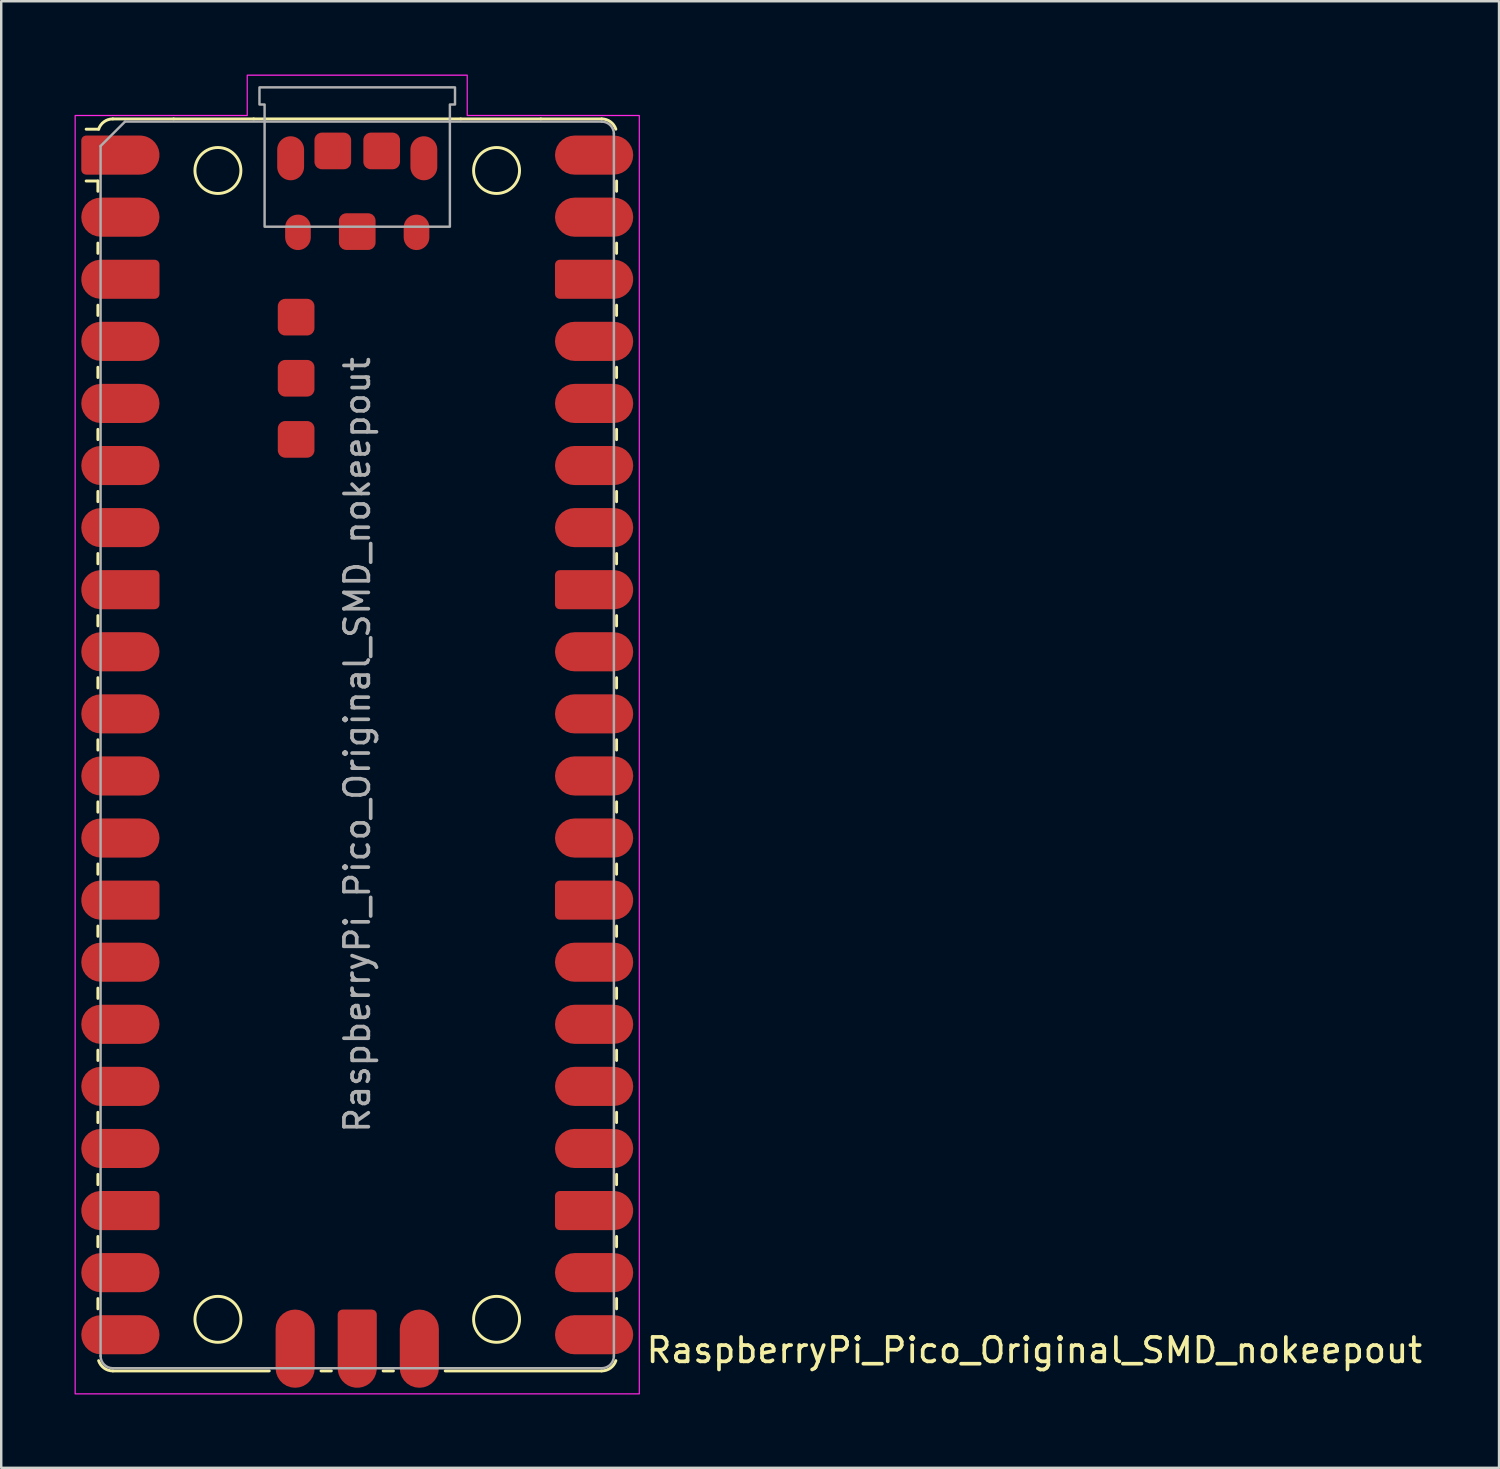
<source format=kicad_pcb>
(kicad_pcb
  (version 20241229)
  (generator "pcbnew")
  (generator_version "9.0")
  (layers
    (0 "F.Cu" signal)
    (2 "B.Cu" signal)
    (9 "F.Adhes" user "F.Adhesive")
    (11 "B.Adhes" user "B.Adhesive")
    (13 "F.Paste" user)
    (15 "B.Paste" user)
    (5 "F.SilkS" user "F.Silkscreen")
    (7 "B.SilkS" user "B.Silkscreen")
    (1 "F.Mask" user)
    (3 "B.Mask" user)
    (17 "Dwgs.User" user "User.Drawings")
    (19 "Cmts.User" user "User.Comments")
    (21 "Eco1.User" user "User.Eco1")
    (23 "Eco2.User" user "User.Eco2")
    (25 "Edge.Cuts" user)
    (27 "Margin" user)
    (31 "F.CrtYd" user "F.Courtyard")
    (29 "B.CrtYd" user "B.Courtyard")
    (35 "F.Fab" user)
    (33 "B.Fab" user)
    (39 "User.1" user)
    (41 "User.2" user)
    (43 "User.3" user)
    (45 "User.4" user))
  (footprint "RaspberryPi_Pico_Original_SMD_nokeepout"
    (layer "F.Cu")
    (at 11.565 27.425)
    (property "Reference" "RaspberryPi_Pico_Original_SMD_nokeepout" (at 11.748 24.765 0) (unlocked yes) (layer "F.SilkS") (effects (font (size 1 1) (thickness 0.15)) (justify left)))
    (attr smd)
    (fp_line (start -10.61 -23.07) (end -11.09 -23.07) (stroke (width 0.12) (type solid)) (layer "F.SilkS"))
    (fp_line (start -10.61 -23.07) (end -10.61 -22.65) (stroke (width 0.12) (type solid)) (layer "F.SilkS"))
    (fp_line (start -10.61 -20.53) (end -10.61 -20.11) (stroke (width 0.12) (type solid)) (layer "F.SilkS"))
    (fp_line (start -10.61 -17.99) (end -10.61 -17.57) (stroke (width 0.12) (type solid)) (layer "F.SilkS"))
    (fp_line (start -10.61 -15.45) (end -10.61 -15.03) (stroke (width 0.12) (type solid)) (layer "F.SilkS"))
    (fp_line (start -10.61 -12.91) (end -10.61 -12.49) (stroke (width 0.12) (type solid)) (layer "F.SilkS"))
    (fp_line (start -10.61 -10.37) (end -10.61 -9.95) (stroke (width 0.12) (type solid)) (layer "F.SilkS"))
    (fp_line (start -10.61 -7.83) (end -10.61 -7.41) (stroke (width 0.12) (type solid)) (layer "F.SilkS"))
    (fp_line (start -10.61 -5.29) (end -10.61 -4.87) (stroke (width 0.12) (type solid)) (layer "F.SilkS"))
    (fp_line (start -10.61 -2.75) (end -10.61 -2.33) (stroke (width 0.12) (type solid)) (layer "F.SilkS"))
    (fp_line (start -10.61 -0.21) (end -10.61 0.21) (stroke (width 0.12) (type solid)) (layer "F.SilkS"))
    (fp_line (start -10.61 2.33) (end -10.61 2.75) (stroke (width 0.12) (type solid)) (layer "F.SilkS"))
    (fp_line (start -10.61 4.87) (end -10.61 5.29) (stroke (width 0.12) (type solid)) (layer "F.SilkS"))
    (fp_line (start -10.61 7.41) (end -10.61 7.83) (stroke (width 0.12) (type solid)) (layer "F.SilkS"))
    (fp_line (start -10.61 9.95) (end -10.61 10.37) (stroke (width 0.12) (type solid)) (layer "F.SilkS"))
    (fp_line (start -10.61 12.49) (end -10.61 12.91) (stroke (width 0.12) (type solid)) (layer "F.SilkS"))
    (fp_line (start -10.61 15.03) (end -10.61 15.45) (stroke (width 0.12) (type solid)) (layer "F.SilkS"))
    (fp_line (start -10.61 17.57) (end -10.61 17.99) (stroke (width 0.12) (type solid)) (layer "F.SilkS"))
    (fp_line (start -10.61 20.11) (end -10.61 20.53) (stroke (width 0.12) (type solid)) (layer "F.SilkS"))
    (fp_line (start -10.61 22.65) (end -10.61 23.07) (stroke (width 0.12) (type solid)) (layer "F.SilkS"))
    (fp_line (start -10.58 -25.19) (end -11.09 -25.19) (stroke (width 0.12) (type solid)) (layer "F.SilkS"))
    (fp_line (start -10 -25.61) (end -7.51 -25.61) (stroke (width 0.12) (type solid)) (layer "F.SilkS"))
    (fp_line (start -10 25.61) (end -3.6 25.61) (stroke (width 0.12) (type solid)) (layer "F.SilkS"))
    (fp_line (start -7.51 -25.61) (end -4.235 -25.61) (stroke (width 0.12) (type solid)) (layer "F.SilkS"))
    (fp_line (start -4.235 -25.61) (end 4.235 -25.61) (stroke (width 0.12) (type solid)) (layer "F.SilkS"))
    (fp_line (start -1.48 25.61) (end -1.06 25.61) (stroke (width 0.12) (type solid)) (layer "F.SilkS"))
    (fp_line (start 1.06 25.61) (end 1.48 25.61) (stroke (width 0.12) (type solid)) (layer "F.SilkS"))
    (fp_line (start 3.6 25.61) (end 10 25.61) (stroke (width 0.12) (type solid)) (layer "F.SilkS"))
    (fp_line (start 4.235 -25.61) (end 7.51 -25.61) (stroke (width 0.12) (type solid)) (layer "F.SilkS"))
    (fp_line (start 10 -25.61) (end 7.51 -25.61) (stroke (width 0.12) (type solid)) (layer "F.SilkS"))
    (fp_line (start 10.61 -23.07) (end 10.61 -22.65) (stroke (width 0.12) (type solid)) (layer "F.SilkS"))
    (fp_line (start 10.61 -20.53) (end 10.61 -20.11) (stroke (width 0.12) (type solid)) (layer "F.SilkS"))
    (fp_line (start 10.61 -17.99) (end 10.61 -17.57) (stroke (width 0.12) (type solid)) (layer "F.SilkS"))
    (fp_line (start 10.61 -15.45) (end 10.61 -15.03) (stroke (width 0.12) (type solid)) (layer "F.SilkS"))
    (fp_line (start 10.61 -12.91) (end 10.61 -12.49) (stroke (width 0.12) (type solid)) (layer "F.SilkS"))
    (fp_line (start 10.61 -10.37) (end 10.61 -9.95) (stroke (width 0.12) (type solid)) (layer "F.SilkS"))
    (fp_line (start 10.61 -7.83) (end 10.61 -7.41) (stroke (width 0.12) (type solid)) (layer "F.SilkS"))
    (fp_line (start 10.61 -5.29) (end 10.61 -4.87) (stroke (width 0.12) (type solid)) (layer "F.SilkS"))
    (fp_line (start 10.61 -2.75) (end 10.61 -2.33) (stroke (width 0.12) (type solid)) (layer "F.SilkS"))
    (fp_line (start 10.61 -0.21) (end 10.61 0.21) (stroke (width 0.12) (type solid)) (layer "F.SilkS"))
    (fp_line (start 10.61 2.33) (end 10.61 2.75) (stroke (width 0.12) (type solid)) (layer "F.SilkS"))
    (fp_line (start 10.61 4.87) (end 10.61 5.29) (stroke (width 0.12) (type solid)) (layer "F.SilkS"))
    (fp_line (start 10.61 7.41) (end 10.61 7.83) (stroke (width 0.12) (type solid)) (layer "F.SilkS"))
    (fp_line (start 10.61 9.95) (end 10.61 10.37) (stroke (width 0.12) (type solid)) (layer "F.SilkS"))
    (fp_line (start 10.61 12.49) (end 10.61 12.91) (stroke (width 0.12) (type solid)) (layer "F.SilkS"))
    (fp_line (start 10.61 15.03) (end 10.61 15.45) (stroke (width 0.12) (type solid)) (layer "F.SilkS"))
    (fp_line (start 10.61 17.57) (end 10.61 17.99) (stroke (width 0.12) (type solid)) (layer "F.SilkS"))
    (fp_line (start 10.61 20.11) (end 10.61 20.53) (stroke (width 0.12) (type solid)) (layer "F.SilkS"))
    (fp_line (start 10.61 22.65) (end 10.61 23.07) (stroke (width 0.12) (type solid)) (layer "F.SilkS"))
    (fp_arc (start -10.579676 -25.189937) (mid -10.357938 -25.493944) (end -10 -25.61) (stroke (width 0.12) (type solid)) (layer "F.SilkS"))
    (fp_arc (start -10 25.61) (mid -10.357937 25.493943) (end -10.579676 25.189937) (stroke (width 0.12) (type solid)) (layer "F.SilkS"))
    (fp_arc (start 10 -25.61) (mid 10.357937 -25.493944) (end 10.579676 -25.189937) (stroke (width 0.12) (type solid)) (layer "F.SilkS"))
    (fp_arc (start 10.579676 25.189937) (mid 10.357958 25.493991) (end 10 25.61) (stroke (width 0.12) (type solid)) (layer "F.SilkS"))
    (fp_circle (center -5.7 -23.5) (end -4.76 -23.5) (stroke (width 0.12) (type solid)) (fill no) (layer "F.SilkS"))
    (fp_circle (center -5.7 23.5) (end -4.76 23.5) (stroke (width 0.12) (type solid)) (fill no) (layer "F.SilkS"))
    (fp_circle (center 5.7 -23.5) (end 6.64 -23.5) (stroke (width 0.12) (type solid)) (fill no) (layer "F.SilkS"))
    (fp_circle (center 5.7 23.5) (end 6.64 23.5) (stroke (width 0.12) (type solid)) (fill no) (layer "F.SilkS"))
    (fp_poly (pts (xy -4.5 -27.4) (xy 4.5 -27.4) (xy 4.5 -25.75) (xy 11.54 -25.75) (xy 11.54 26.55) (xy -11.54 26.55) (xy -11.54 -25.75) (xy -4.5 -25.75)) (stroke (width 0.05) (type solid)) (fill no) (layer "F.CrtYd"))
    (fp_line (start -10.5 -24.5) (end -9.5 -25.5) (stroke (width 0.1) (type solid)) (layer "F.Fab"))
    (fp_line (start -10.5 25) (end -10.5 -24.5) (stroke (width 0.1) (type solid)) (layer "F.Fab"))
    (fp_line (start -9.5 -25.5) (end 10 -25.5) (stroke (width 0.1) (type solid)) (layer "F.Fab"))
    (fp_line (start 10 25.5) (end -10 25.5) (stroke (width 0.1) (type solid)) (layer "F.Fab"))
    (fp_line (start 10.5 -25) (end 10.5 25) (stroke (width 0.1) (type solid)) (layer "F.Fab"))
    (fp_arc (start -10 25.5) (mid -10.353553 25.353553) (end -10.5 25) (stroke (width 0.1) (type solid)) (layer "F.Fab"))
    (fp_arc (start 10 -25.5) (mid 10.353553 -25.353553) (end 10.5 -25) (stroke (width 0.1) (type solid)) (layer "F.Fab"))
    (fp_arc (start 10.5 25) (mid 10.353553 25.353553) (end 10 25.5) (stroke (width 0.1) (type solid)) (layer "F.Fab"))
    (fp_poly (pts (xy 3.79 -21.2) (xy 3.79 -26.2) (xy 4 -26.2) (xy 4 -26.9) (xy -4 -26.9) (xy -4 -26.2) (xy -3.79 -26.2) (xy -3.79 -21.2)) (stroke (width 0.1) (type solid)) (fill no) (layer "F.Fab"))
    (fp_text user "${REFERENCE}" (at 0 0 90) (layer "F.Fab") (effects (font (size 1 1) (thickness 0.15))))
    (pad "" smd oval (at -2.725 -24) (size 1.1 1.8) (layers "F.Cu" "F.Mask" "F.Paste"))
    (pad "" smd oval (at -2.425 -20.97) (size 1.05 1.45) (layers "F.Cu" "F.Mask" "F.Paste"))
    (pad "" smd oval (at 2.425 -20.97) (size 1.05 1.45) (layers "F.Cu" "F.Mask" "F.Paste"))
    (pad "" smd oval (at 2.725 -24) (size 1.1 1.8) (layers "F.Cu" "F.Mask" "F.Paste"))
    (pad "1" smd custom (at -8.89 -24.13) (size 1.6 1.6) (layers "F.Cu" "F.Mask" "F.Paste") (options (anchor circle)) (primitives (gr_poly (pts (xy -2.4 0.6) (xy -2.4 -0.6) (xy -2.2 -0.8) (xy 0 -0.8) (xy 0 0.8) (xy -2.2 0.8)) (width 0) (fill yes)) (gr_circle (center -2.2 0.6) (end -2 0.6) (width 0) (fill yes)) (gr_circle (center -2.2 -0.6) (end -2 -0.6) (width 0) (fill yes))))
    (pad "2" smd roundrect (at -8.89 -21.59) (size 3.2 1.6) (drill (offset -0.8 0)) (layers "F.Cu" "F.Mask" "F.Paste") (roundrect_rratio 0.5))
    (pad "3" smd custom (at -8.89 -19.05) (size 1.6 1.6) (layers "F.Cu" "F.Mask" "F.Paste") (options (anchor circle)) (primitives (gr_poly (pts (xy 0.8 -0.6) (xy 0.8 0.6) (xy 0.6 0.8) (xy -1.6 0.8) (xy -1.6 -0.8) (xy 0.6 -0.8)) (width 0) (fill yes)) (gr_circle (center 0.6 0.6) (end 0.8 0.6) (width 0) (fill yes)) (gr_circle (center 0.6 -0.6) (end 0.8 -0.6) (width 0) (fill yes)) (gr_circle (center -1.6 0) (end -0.8 0) (width 0) (fill yes))))
    (pad "4" smd roundrect (at -8.89 -16.51) (size 3.2 1.6) (drill (offset -0.8 0)) (layers "F.Cu" "F.Mask" "F.Paste") (roundrect_rratio 0.5))
    (pad "5" smd roundrect (at -8.89 -13.97) (size 3.2 1.6) (drill (offset -0.8 0)) (layers "F.Cu" "F.Mask" "F.Paste") (roundrect_rratio 0.5))
    (pad "6" smd roundrect (at -8.89 -11.43) (size 3.2 1.6) (drill (offset -0.8 0)) (layers "F.Cu" "F.Mask" "F.Paste") (roundrect_rratio 0.5))
    (pad "7" smd roundrect (at -8.89 -8.89) (size 3.2 1.6) (drill (offset -0.8 0)) (layers "F.Cu" "F.Mask" "F.Paste") (roundrect_rratio 0.5))
    (pad "8" smd custom (at -8.89 -6.35) (size 1.6 1.6) (layers "F.Cu" "F.Mask" "F.Paste") (options (anchor circle)) (primitives (gr_poly (pts (xy 0.8 -0.6) (xy 0.8 0.6) (xy 0.6 0.8) (xy -1.6 0.8) (xy -1.6 -0.8) (xy 0.6 -0.8)) (width 0) (fill yes)) (gr_circle (center 0.6 0.6) (end 0.8 0.6) (width 0) (fill yes)) (gr_circle (center 0.6 -0.6) (end 0.8 -0.6) (width 0) (fill yes)) (gr_circle (center -1.6 0) (end -0.8 0) (width 0) (fill yes))))
    (pad "9" smd roundrect (at -8.89 -3.81) (size 3.2 1.6) (drill (offset -0.8 0)) (layers "F.Cu" "F.Mask" "F.Paste") (roundrect_rratio 0.5))
    (pad "10" smd roundrect (at -8.89 -1.27) (size 3.2 1.6) (drill (offset -0.8 0)) (layers "F.Cu" "F.Mask" "F.Paste") (roundrect_rratio 0.5))
    (pad "11" smd roundrect (at -8.89 1.27) (size 3.2 1.6) (drill (offset -0.8 0)) (layers "F.Cu" "F.Mask" "F.Paste") (roundrect_rratio 0.5))
    (pad "12" smd roundrect (at -8.89 3.81) (size 3.2 1.6) (drill (offset -0.8 0)) (layers "F.Cu" "F.Mask" "F.Paste") (roundrect_rratio 0.5))
    (pad "13" smd custom (at -8.89 6.35) (size 1.6 1.6) (layers "F.Cu" "F.Mask" "F.Paste") (options (anchor circle)) (primitives (gr_poly (pts (xy 0.8 -0.6) (xy 0.8 0.6) (xy 0.6 0.8) (xy -1.6 0.8) (xy -1.6 -0.8) (xy 0.6 -0.8)) (width 0) (fill yes)) (gr_circle (center 0.6 0.6) (end 0.8 0.6) (width 0) (fill yes)) (gr_circle (center 0.6 -0.6) (end 0.8 -0.6) (width 0) (fill yes)) (gr_circle (center -1.6 0) (end -0.8 0) (width 0) (fill yes))))
    (pad "14" smd roundrect (at -8.89 8.89) (size 3.2 1.6) (drill (offset -0.8 0)) (layers "F.Cu" "F.Mask" "F.Paste") (roundrect_rratio 0.5))
    (pad "15" smd roundrect (at -8.89 11.43) (size 3.2 1.6) (drill (offset -0.8 0)) (layers "F.Cu" "F.Mask" "F.Paste") (roundrect_rratio 0.5))
    (pad "16" smd roundrect (at -8.89 13.97) (size 3.2 1.6) (drill (offset -0.8 0)) (layers "F.Cu" "F.Mask" "F.Paste") (roundrect_rratio 0.5))
    (pad "17" smd roundrect (at -8.89 16.51) (size 3.2 1.6) (drill (offset -0.8 0)) (layers "F.Cu" "F.Mask" "F.Paste") (roundrect_rratio 0.5))
    (pad "18" smd custom (at -8.89 19.05) (size 1.6 1.6) (layers "F.Cu" "F.Mask" "F.Paste") (options (anchor circle)) (primitives (gr_poly (pts (xy 0.8 -0.6) (xy 0.8 0.6) (xy 0.6 0.8) (xy -1.6 0.8) (xy -1.6 -0.8) (xy 0.6 -0.8)) (width 0) (fill yes)) (gr_circle (center 0.6 0.6) (end 0.8 0.6) (width 0) (fill yes)) (gr_circle (center 0.6 -0.6) (end 0.8 -0.6) (width 0) (fill yes)) (gr_circle (center -1.6 0) (end -0.8 0) (width 0) (fill yes))))
    (pad "19" smd roundrect (at -8.89 21.59) (size 3.2 1.6) (drill (offset -0.8 0)) (layers "F.Cu" "F.Mask" "F.Paste") (roundrect_rratio 0.5))
    (pad "20" smd roundrect (at -8.89 24.13) (size 3.2 1.6) (drill (offset -0.8 0)) (layers "F.Cu" "F.Mask" "F.Paste") (roundrect_rratio 0.5))
    (pad "21" smd roundrect (at 8.89 24.13) (size 3.2 1.6) (drill (offset 0.8 0)) (layers "F.Cu" "F.Mask" "F.Paste") (roundrect_rratio 0.5))
    (pad "22" smd roundrect (at 8.89 21.59) (size 3.2 1.6) (drill (offset 0.8 0)) (layers "F.Cu" "F.Mask" "F.Paste") (roundrect_rratio 0.5))
    (pad "23" smd custom (at 8.89 19.05) (size 1.6 1.6) (layers "F.Cu" "F.Mask" "F.Paste") (options (anchor circle)) (primitives (gr_poly (pts (xy -0.8 -0.6) (xy -0.8 0.6) (xy -0.6 0.8) (xy 1.6 0.8) (xy 1.6 -0.8) (xy -0.6 -0.8)) (width 0) (fill yes)) (gr_circle (center -0.6 0.6) (end -0.4 0.6) (width 0) (fill yes)) (gr_circle (center -0.6 -0.6) (end -0.4 -0.6) (width 0) (fill yes)) (gr_circle (center 1.6 0) (end 2.4 0) (width 0) (fill yes))))
    (pad "24" smd roundrect (at 8.89 16.51) (size 3.2 1.6) (drill (offset 0.8 0)) (layers "F.Cu" "F.Mask" "F.Paste") (roundrect_rratio 0.5))
    (pad "25" smd roundrect (at 8.89 13.97) (size 3.2 1.6) (drill (offset 0.8 0)) (layers "F.Cu" "F.Mask" "F.Paste") (roundrect_rratio 0.5))
    (pad "26" smd roundrect (at 8.89 11.43) (size 3.2 1.6) (drill (offset 0.8 0)) (layers "F.Cu" "F.Mask" "F.Paste") (roundrect_rratio 0.5))
    (pad "27" smd roundrect (at 8.89 8.89) (size 3.2 1.6) (drill (offset 0.8 0)) (layers "F.Cu" "F.Mask" "F.Paste") (roundrect_rratio 0.5))
    (pad "28" smd custom (at 8.89 6.35) (size 1.6 1.6) (layers "F.Cu" "F.Mask" "F.Paste") (options (anchor circle)) (primitives (gr_poly (pts (xy -0.8 -0.6) (xy -0.8 0.6) (xy -0.6 0.8) (xy 1.6 0.8) (xy 1.6 -0.8) (xy -0.6 -0.8)) (width 0) (fill yes)) (gr_circle (center -0.6 0.6) (end -0.4 0.6) (width 0) (fill yes)) (gr_circle (center -0.6 -0.6) (end -0.4 -0.6) (width 0) (fill yes)) (gr_circle (center 1.6 0) (end 2.4 0) (width 0) (fill yes))))
    (pad "29" smd roundrect (at 8.89 3.81) (size 3.2 1.6) (drill (offset 0.8 0)) (layers "F.Cu" "F.Mask" "F.Paste") (roundrect_rratio 0.5))
    (pad "30" smd roundrect (at 8.89 1.27) (size 3.2 1.6) (drill (offset 0.8 0)) (layers "F.Cu" "F.Mask" "F.Paste") (roundrect_rratio 0.5))
    (pad "31" smd roundrect (at 8.89 -1.27) (size 3.2 1.6) (drill (offset 0.8 0)) (layers "F.Cu" "F.Mask" "F.Paste") (roundrect_rratio 0.5))
    (pad "32" smd roundrect (at 8.89 -3.81) (size 3.2 1.6) (drill (offset 0.8 0)) (layers "F.Cu" "F.Mask" "F.Paste") (roundrect_rratio 0.5))
    (pad "33" smd custom (at 8.89 -6.35) (size 1.6 1.6) (layers "F.Cu" "F.Mask" "F.Paste") (options (anchor circle)) (primitives (gr_poly (pts (xy -0.8 -0.6) (xy -0.8 0.6) (xy -0.6 0.8) (xy 1.6 0.8) (xy 1.6 -0.8) (xy -0.6 -0.8)) (width 0) (fill yes)) (gr_circle (center -0.6 0.6) (end -0.4 0.6) (width 0) (fill yes)) (gr_circle (center -0.6 -0.6) (end -0.4 -0.6) (width 0) (fill yes)) (gr_circle (center 1.6 0) (end 2.4 0) (width 0) (fill yes))))
    (pad "34" smd roundrect (at 8.89 -8.89) (size 3.2 1.6) (drill (offset 0.8 0)) (layers "F.Cu" "F.Mask" "F.Paste") (roundrect_rratio 0.5))
    (pad "35" smd roundrect (at 8.89 -11.43) (size 3.2 1.6) (drill (offset 0.8 0)) (layers "F.Cu" "F.Mask" "F.Paste") (roundrect_rratio 0.5))
    (pad "36" smd roundrect (at 8.89 -13.97) (size 3.2 1.6) (drill (offset 0.8 0)) (layers "F.Cu" "F.Mask" "F.Paste") (roundrect_rratio 0.5))
    (pad "37" smd roundrect (at 8.89 -16.51) (size 3.2 1.6) (drill (offset 0.8 0)) (layers "F.Cu" "F.Mask" "F.Paste") (roundrect_rratio 0.5))
    (pad "38" smd custom (at 8.89 -19.05) (size 1.6 1.6) (layers "F.Cu" "F.Mask" "F.Paste") (options (anchor circle)) (primitives (gr_poly (pts (xy -0.8 -0.6) (xy -0.8 0.6) (xy -0.6 0.8) (xy 1.6 0.8) (xy 1.6 -0.8) (xy -0.6 -0.8)) (width 0) (fill yes)) (gr_circle (center -0.6 0.6) (end -0.4 0.6) (width 0) (fill yes)) (gr_circle (center -0.6 -0.6) (end -0.4 -0.6) (width 0) (fill yes)) (gr_circle (center 1.6 0) (end 2.4 0) (width 0) (fill yes))))
    (pad "39" smd roundrect (at 8.89 -21.59) (size 3.2 1.6) (drill (offset 0.8 0)) (layers "F.Cu" "F.Mask" "F.Paste") (roundrect_rratio 0.5))
    (pad "40" smd roundrect (at 8.89 -24.13) (size 3.2 1.6) (drill (offset 0.8 0)) (layers "F.Cu" "F.Mask" "F.Paste") (roundrect_rratio 0.5))
    (pad "D1" smd roundrect (at -2.54 23.9 90) (size 3.2 1.6) (drill (offset -0.8 0)) (layers "F.Cu" "F.Mask" "F.Paste") (roundrect_rratio 0.5))
    (pad "D2" smd custom (at 0 23.9 270) (size 1.6 1.6) (layers "F.Cu" "F.Mask" "F.Paste") (options (anchor circle)) (primitives (gr_poly (pts (xy -0.8 -0.6) (xy -0.8 0.6) (xy -0.6 0.8) (xy 1.6 0.8) (xy 1.6 -0.8) (xy -0.6 -0.8)) (width 0) (fill yes)) (gr_circle (center -0.6 0.6) (end -0.4 0.6) (width 0) (fill yes)) (gr_circle (center -0.6 -0.6) (end -0.4 -0.6) (width 0) (fill yes)) (gr_circle (center 1.6 0) (end 2.4 0) (width 0) (fill yes))))
    (pad "D3" smd roundrect (at 2.54 23.9 90) (size 3.2 1.6) (drill (offset -0.8 0)) (layers "F.Cu" "F.Mask" "F.Paste") (roundrect_rratio 0.5))
    (pad "TP1" smd roundrect (at 0 -21) (size 1.5 1.5) (layers "F.Cu" "F.Mask" "F.Paste") (roundrect_rratio 0.2))
    (pad "TP2" smd roundrect (at 1 -24.3) (size 1.5 1.5) (layers "F.Cu" "F.Mask" "F.Paste") (roundrect_rratio 0.2))
    (pad "TP3" smd roundrect (at -1 -24.3) (size 1.5 1.5) (layers "F.Cu" "F.Mask" "F.Paste") (roundrect_rratio 0.2))
    (pad "TP4" smd roundrect (at -2.5 -17.5) (size 1.5 1.5) (layers "F.Cu" "F.Mask" "F.Paste") (roundrect_rratio 0.2))
    (pad "TP5" smd roundrect (at -2.5 -15) (size 1.5 1.5) (layers "F.Cu" "F.Mask" "F.Paste") (roundrect_rratio 0.2))
    (pad "TP6" smd roundrect (at -2.5 -12.5) (size 1.5 1.5) (layers "F.Cu" "F.Mask" "F.Paste") (roundrect_rratio 0.2)))
  (gr_rect
    (start -3 -3)
    (end 58.277 57)
    (stroke (width 0.1) (type default))
    (fill no)
    (layer "Edge.Cuts")))
</source>
